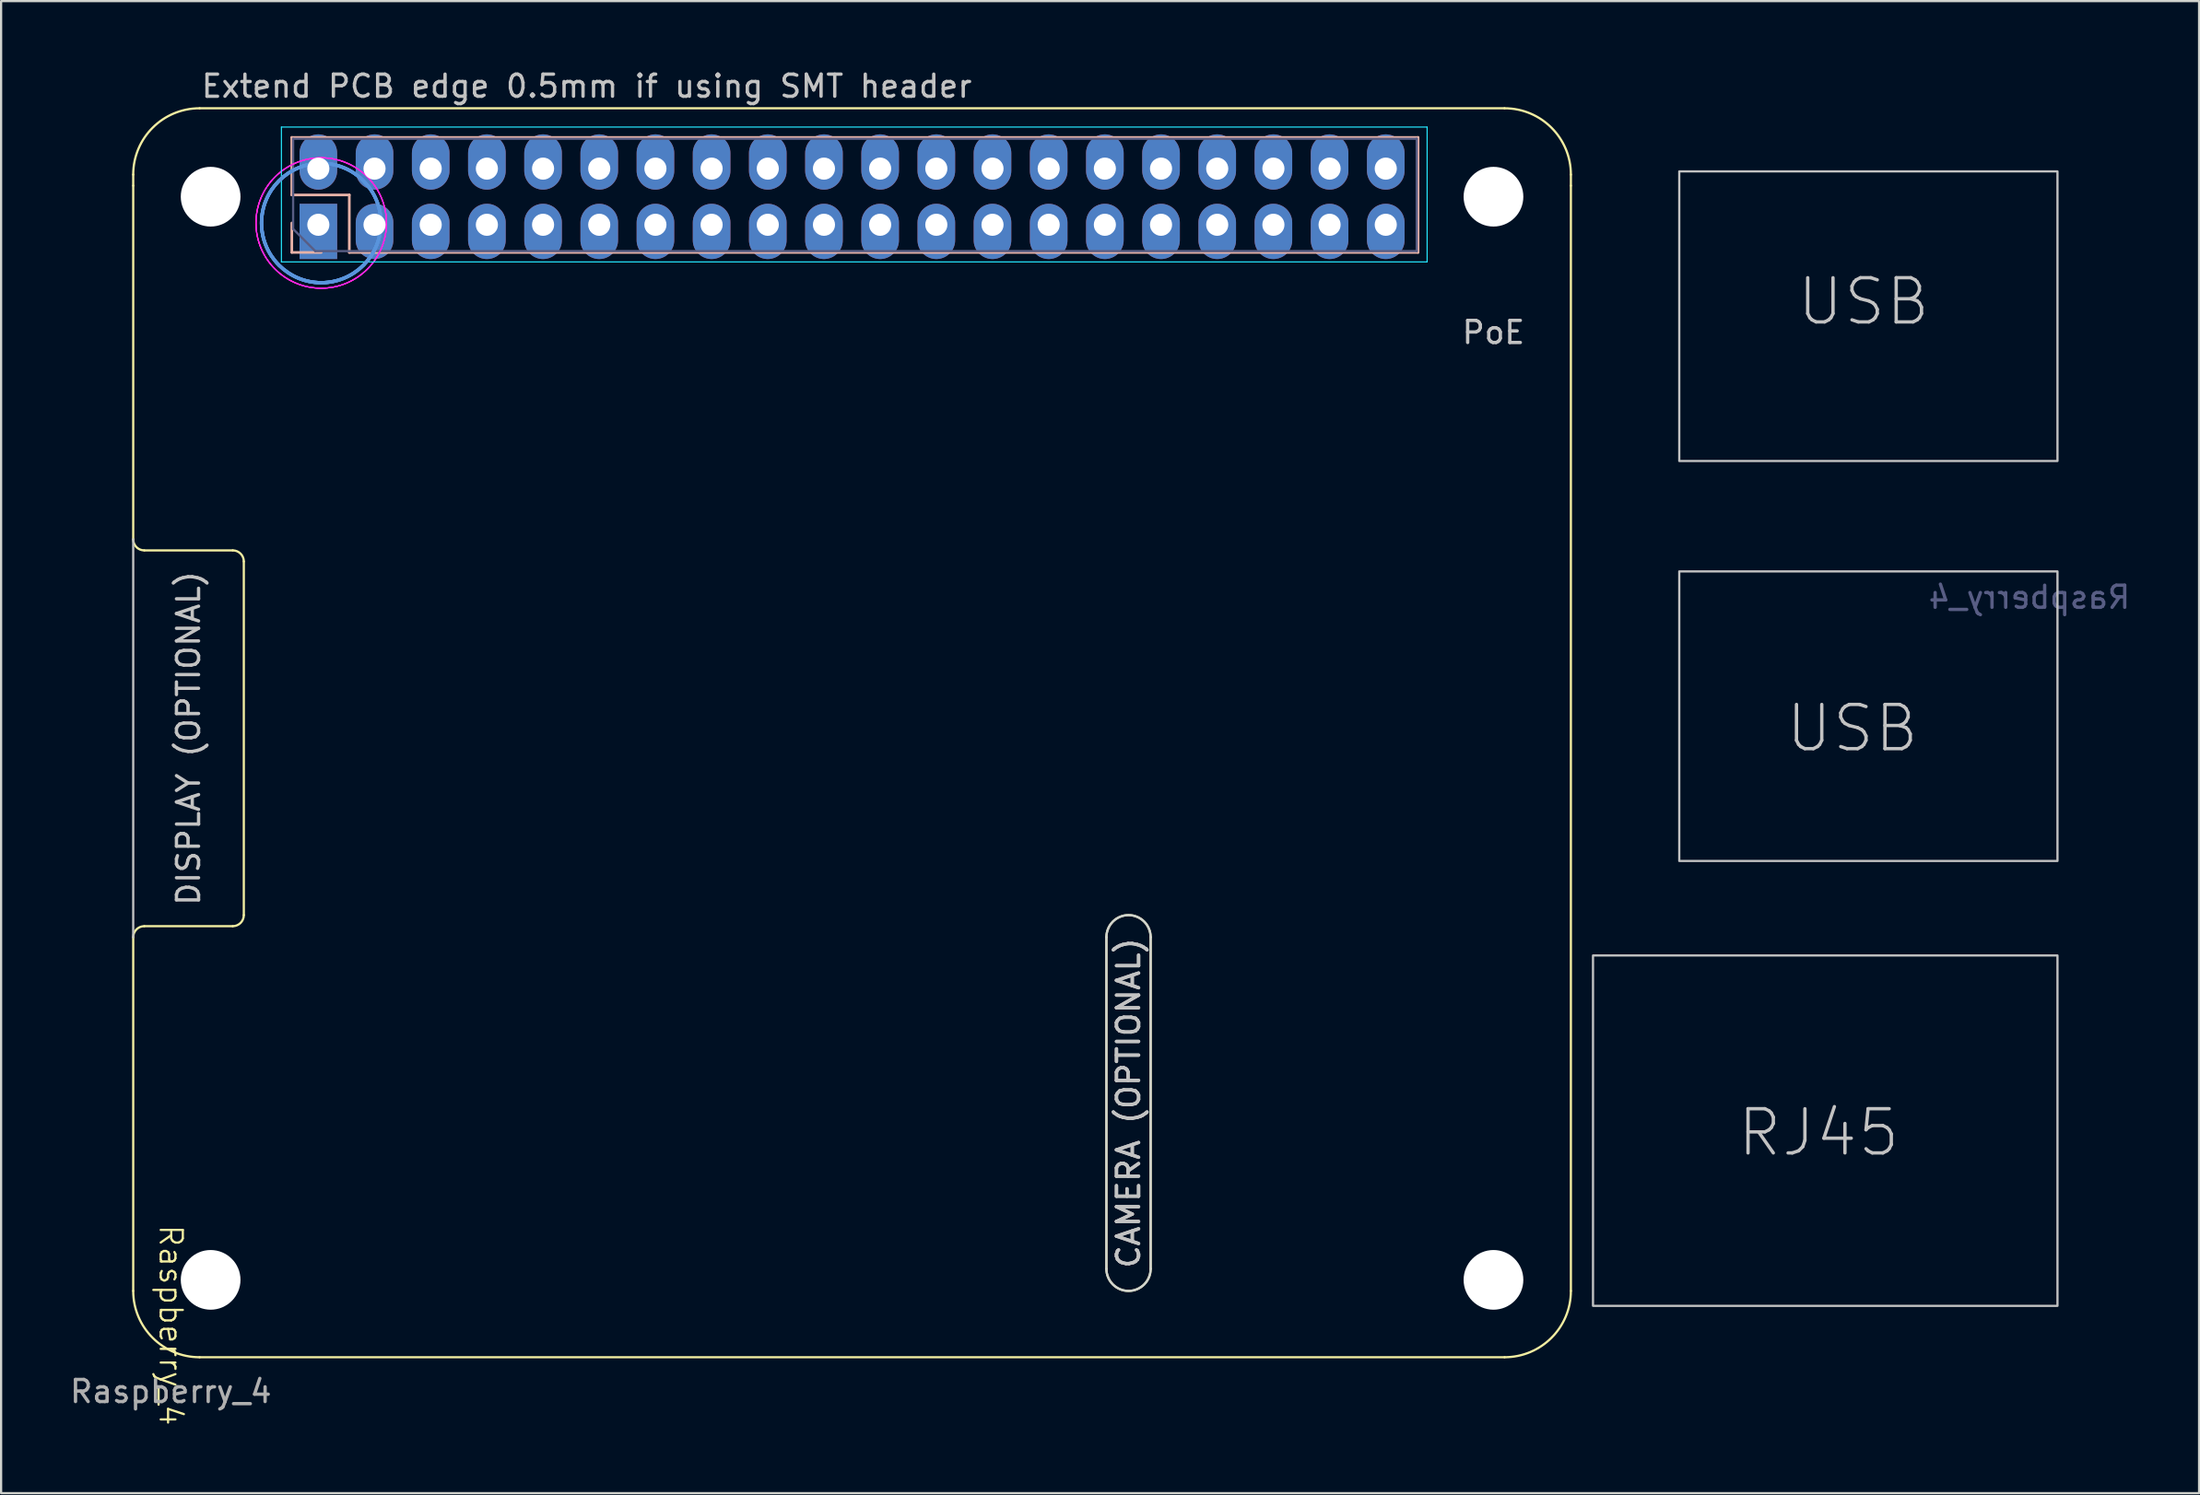
<source format=kicad_pcb>
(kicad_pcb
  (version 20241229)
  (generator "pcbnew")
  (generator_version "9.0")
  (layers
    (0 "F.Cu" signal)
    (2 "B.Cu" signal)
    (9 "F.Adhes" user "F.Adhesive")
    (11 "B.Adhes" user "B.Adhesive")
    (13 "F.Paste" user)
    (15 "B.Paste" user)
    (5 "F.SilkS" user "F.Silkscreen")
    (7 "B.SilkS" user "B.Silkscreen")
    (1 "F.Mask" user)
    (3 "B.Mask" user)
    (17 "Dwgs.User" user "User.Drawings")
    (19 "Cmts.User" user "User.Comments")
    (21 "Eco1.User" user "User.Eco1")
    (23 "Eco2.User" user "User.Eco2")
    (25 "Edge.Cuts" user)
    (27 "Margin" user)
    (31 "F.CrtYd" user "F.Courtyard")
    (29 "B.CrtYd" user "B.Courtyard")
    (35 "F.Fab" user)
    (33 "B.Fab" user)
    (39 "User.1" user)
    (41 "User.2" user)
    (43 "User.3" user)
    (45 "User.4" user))
  (footprint "Raspberry_4"
    (layer "F.Cu")
    (at 4.673 57.398)
    (property "Reference" "Raspberry_4" (at 0 -0.5 270) (unlocked yes) (layer "F.SilkS") (effects (font (size 1 1) (thickness 0.1))))
    (attr through_hole)
    (fp_line (start -1.7 -52.05) (end -1.7 -52.55) (stroke (width 0.1) (type solid)) (layer "F.SilkS"))
    (fp_line (start -1.7 -52.05) (end -1.7 -36.05) (stroke (width 0.1) (type solid)) (layer "F.SilkS"))
    (fp_line (start -1.7 -18.05) (end -1.7 -2.05) (stroke (width 0.1) (type solid)) (layer "F.SilkS"))
    (fp_line (start -1.2 -35.55) (end 2.8 -35.55) (stroke (width 0.1) (type solid)) (layer "F.SilkS"))
    (fp_line (start 1.3 0.95) (end 60.3 0.95) (stroke (width 0.1) (type solid)) (layer "F.SilkS"))
    (fp_line (start 2.8 -18.55) (end -1.2 -18.55) (stroke (width 0.1) (type solid)) (layer "F.SilkS"))
    (fp_line (start 3.3 -35.05) (end 3.3 -19.05) (stroke (width 0.1) (type solid)) (layer "F.SilkS"))
    (fp_line (start 42.3 -3.05) (end 42.3 -18.05) (stroke (width 0.1) (type solid)) (layer "F.SilkS"))
    (fp_line (start 44.3 -18.05) (end 44.3 -3.05) (stroke (width 0.1) (type solid)) (layer "F.SilkS"))
    (fp_line (start 60.3 -55.55) (end 1.3 -55.55) (stroke (width 0.1) (type solid)) (layer "F.SilkS"))
    (fp_line (start 63.3 -52.05) (end 63.3 -52.55) (stroke (width 0.1) (type solid)) (layer "F.SilkS"))
    (fp_line (start 63.3 -2.05) (end 63.3 -52.05) (stroke (width 0.1) (type solid)) (layer "F.SilkS"))
    (fp_arc (start -1.7 -52.55) (mid -0.82132 -54.67132) (end 1.3 -55.55) (stroke (width 0.1) (type solid)) (layer "F.SilkS"))
    (fp_arc (start -1.7 -18.05) (mid -1.553862 -18.403245) (end -1.200873 -18.549999) (stroke (width 0.1) (type solid)) (layer "F.SilkS"))
    (fp_arc (start -1.2 -35.55) (mid -1.553553 -35.696447) (end -1.7 -36.05) (stroke (width 0.1) (type solid)) (layer "F.SilkS"))
    (fp_arc (start 1.3 0.95) (mid -0.82132 0.07132) (end -1.7 -2.05) (stroke (width 0.1) (type solid)) (layer "F.SilkS"))
    (fp_arc (start 2.8 -35.55) (mid 3.153553 -35.403553) (end 3.3 -35.05) (stroke (width 0.1) (type solid)) (layer "F.SilkS"))
    (fp_arc (start 3.3 -19.05) (mid 3.153553 -18.696447) (end 2.8 -18.55) (stroke (width 0.1) (type solid)) (layer "F.SilkS"))
    (fp_arc (start 42.3 -18.05) (mid 43.3 -19.05) (end 44.3 -18.05) (stroke (width 0.1) (type solid)) (layer "F.SilkS"))
    (fp_arc (start 44.3 -3.05) (mid 43.3 -2.05) (end 42.3 -3.05) (stroke (width 0.1) (type solid)) (layer "F.SilkS"))
    (fp_arc (start 60.3 -55.55) (mid 62.42132 -54.67132) (end 63.3 -52.55) (stroke (width 0.1) (type solid)) (layer "F.SilkS"))
    (fp_arc (start 63.3 -2.05) (mid 62.42132 0.07132) (end 60.3 0.95) (stroke (width 0.1) (type solid)) (layer "F.SilkS"))
    (fp_line (start 5.47 -54.23) (end 5.47 -51.63) (stroke (width 0.12) (type solid)) (layer "B.SilkS"))
    (fp_line (start 5.47 -54.23) (end 56.39 -54.23) (stroke (width 0.12) (type solid)) (layer "B.SilkS"))
    (fp_line (start 5.47 -51.63) (end 8.07 -51.63) (stroke (width 0.12) (type solid)) (layer "B.SilkS"))
    (fp_line (start 5.47 -50.36) (end 5.47 -49.03) (stroke (width 0.12) (type solid)) (layer "B.SilkS"))
    (fp_line (start 5.47 -49.03) (end 6.8 -49.03) (stroke (width 0.12) (type solid)) (layer "B.SilkS"))
    (fp_line (start 8.07 -51.63) (end 8.07 -49.03) (stroke (width 0.12) (type solid)) (layer "B.SilkS"))
    (fp_line (start 8.07 -49.03) (end 56.39 -49.03) (stroke (width 0.12) (type solid)) (layer "B.SilkS"))
    (fp_line (start 56.39 -54.23) (end 56.39 -49.03) (stroke (width 0.12) (type solid)) (layer "B.SilkS"))
    (fp_line (start -1.7 -36.05) (end -1.7 -18.05) (stroke (width 0.1) (type solid)) (layer "Dwgs.User"))
    (fp_rect (start 64.3 -17.225) (end 85.3 -1.375) (stroke (width 0.1) (type solid)) (fill no) (layer "Dwgs.User"))
    (fp_rect (start 68.2 -52.694) (end 85.3 -39.594) (stroke (width 0.1) (type solid)) (fill no) (layer "Dwgs.User"))
    (fp_rect (start 68.2 -34.6) (end 85.3 -21.5) (stroke (width 0.1) (type solid)) (fill no) (layer "Dwgs.User"))
    (fp_circle (center 6.8 -50.36) (end 6.8 -47.66) (stroke (width 0.15) (type solid)) (fill no) (layer "Cmts.User"))
    (fp_circle (center 6.8 -50.36) (end 6.8 -47.66) (stroke (width 0.15) (type solid)) (fill no) (layer "Cmts.User"))
    (fp_circle (center 6.8 -50.36) (end 6.8 -47.66) (stroke (width 0.15) (type solid)) (fill no) (layer "Cmts.User"))
    (fp_circle (center 6.8 -50.36) (end 6.8 -47.66) (stroke (width 0.15) (type solid)) (fill no) (layer "Cmts.User"))
    (fp_line (start 42.3 -3.05) (end 42.3 -18.05) (stroke (width 0.1) (type solid)) (layer "Edge.Cuts"))
    (fp_line (start 44.3 -18.05) (end 44.3 -3.05) (stroke (width 0.1) (type solid)) (layer "Edge.Cuts"))
    (fp_arc (start 42.3 -18.05) (mid 43.3 -19.05) (end 44.3 -18.05) (stroke (width 0.1) (type solid)) (layer "Edge.Cuts"))
    (fp_arc (start 44.3 -3.05) (mid 43.3 -2.05) (end 42.3 -3.05) (stroke (width 0.1) (type solid)) (layer "Edge.Cuts"))
    (fp_line (start 5 -54.7) (end 5 -48.6) (stroke (width 0.05) (type solid)) (layer "B.CrtYd"))
    (fp_line (start 5 -48.6) (end 56.8 -48.6) (stroke (width 0.05) (type solid)) (layer "B.CrtYd"))
    (fp_line (start 56.8 -54.7) (end 5 -54.7) (stroke (width 0.05) (type solid)) (layer "B.CrtYd"))
    (fp_line (start 56.8 -48.6) (end 56.8 -54.7) (stroke (width 0.05) (type solid)) (layer "B.CrtYd"))
    (fp_circle (center 6.8 -50.36) (end 6.8 -47.41) (stroke (width 0.05) (type solid)) (fill no) (layer "F.CrtYd"))
    (fp_circle (center 6.8 -50.36) (end 6.8 -47.41) (stroke (width 0.05) (type solid)) (fill no) (layer "F.CrtYd"))
    (fp_circle (center 6.8 -50.36) (end 6.8 -47.41) (stroke (width 0.05) (type solid)) (fill no) (layer "F.CrtYd"))
    (fp_circle (center 6.8 -50.36) (end 6.8 -47.41) (stroke (width 0.05) (type solid)) (fill no) (layer "F.CrtYd"))
    (fp_line (start 5.53 -54.17) (end 5.53 -50.09) (stroke (width 0.1) (type solid)) (layer "B.Fab"))
    (fp_line (start 5.53 -50.09) (end 6.53 -49.09) (stroke (width 0.1) (type solid)) (layer "B.Fab"))
    (fp_line (start 6.53 -49.09) (end 56.33 -49.09) (stroke (width 0.1) (type solid)) (layer "B.Fab"))
    (fp_line (start 56.33 -54.17) (end 5.53 -54.17) (stroke (width 0.1) (type solid)) (layer "B.Fab"))
    (fp_line (start 56.33 -49.09) (end 56.33 -54.17) (stroke (width 0.1) (type solid)) (layer "B.Fab"))
    (fp_text user "Extend PCB edge 0.5mm if using SMT header" (at 1.3 -56.55 0) (unlocked yes) (layer "Dwgs.User") (effects (font (size 1 1) (thickness 0.15)) (justify left)))
    (fp_text user "DISPLAY (OPTIONAL)" (at 0.8 -27.05 90) (unlocked yes) (layer "Dwgs.User") (effects (font (size 1 1) (thickness 0.15))))
    (fp_text user "RJ45" (at 74.5 -9.21 0) (unlocked yes) (layer "Dwgs.User") (effects (font (size 2 2) (thickness 0.15))))
    (fp_text user "CAMERA (OPTIONAL)" (at 43.3 -10.55 90) (unlocked yes) (layer "Dwgs.User") (effects (font (size 1 1) (thickness 0.15))))
    (fp_text user "USB" (at 76.532 -46.802 0) (unlocked yes) (layer "Dwgs.User") (effects (font (size 2 2) (thickness 0.15))))
    (fp_text user "PoE" (at 59.8 -45.41 0) (unlocked yes) (layer "Dwgs.User") (effects (font (size 1 1) (thickness 0.15))))
    (fp_text user "CAMERA (OPTIONAL)" (at 43.3 -10.55 90) (unlocked yes) (layer "Dwgs.User") (effects (font (size 1 1) (thickness 0.15))))
    (fp_text user "USB" (at 76.024 -27.498 0) (unlocked yes) (layer "Dwgs.User") (effects (font (size 2 2) (thickness 0.15))))
    (fp_text user "${REFERENCE}" (at 84.03 -33.43 0) (layer "B.Fab") (effects (font (size 1 1) (thickness 0.15)) (justify mirror)))
    (fp_text user "${REFERENCE}" (at 0 2.5 0) (unlocked yes) (layer "F.Fab") (effects (font (size 1 1) (thickness 0.15))))
    (pad "" np_thru_hole circle (at 1.8 -51.55) (size 2.7 2.7) (drill 2.7) (layers "*.Cu" "*.Mask"))
    (pad "" np_thru_hole circle (at 1.8 -2.55) (size 2.7 2.7) (drill 2.7) (layers "*.Cu" "*.Mask"))
    (pad "" np_thru_hole circle (at 59.8 -51.55) (size 2.7 2.7) (drill 2.7) (layers "*.Cu" "*.Mask"))
    (pad "" np_thru_hole circle (at 59.8 -2.55) (size 2.7 2.7) (drill 2.7) (layers "*.Cu" "*.Mask"))
    (pad "1" thru_hole rect (at 6.67 -50.28 270) (size 2.5 1.7) (drill 1 (offset 0.3 0)) (layers "*.Cu" "*.Mask"))
    (pad "2" thru_hole oval (at 6.67 -52.82 270) (size 2.5 1.7) (drill 1 (offset -0.3 0)) (layers "*.Cu" "*.Mask"))
    (pad "3" thru_hole oval (at 9.21 -50.28 270) (size 2.5 1.7) (drill 1 (offset 0.3 0)) (layers "*.Cu" "*.Mask"))
    (pad "4" thru_hole oval (at 9.21 -52.82 270) (size 2.5 1.7) (drill 1 (offset -0.3 0)) (layers "*.Cu" "*.Mask"))
    (pad "5" thru_hole oval (at 11.75 -50.28 270) (size 2.5 1.7) (drill 1 (offset 0.3 0)) (layers "*.Cu" "*.Mask"))
    (pad "6" thru_hole oval (at 11.75 -52.82 270) (size 2.5 1.7) (drill 1 (offset -0.3 0)) (layers "*.Cu" "*.Mask"))
    (pad "7" thru_hole oval (at 14.29 -50.28 270) (size 2.5 1.7) (drill 1 (offset 0.3 0)) (layers "*.Cu" "*.Mask"))
    (pad "8" thru_hole oval (at 14.29 -52.82 270) (size 2.5 1.7) (drill 1 (offset -0.3 0)) (layers "*.Cu" "*.Mask"))
    (pad "9" thru_hole oval (at 16.83 -50.28 270) (size 2.5 1.7) (drill 1 (offset 0.3 0)) (layers "*.Cu" "*.Mask"))
    (pad "10" thru_hole oval (at 16.83 -52.82 270) (size 2.5 1.7) (drill 1 (offset -0.3 0)) (layers "*.Cu" "*.Mask"))
    (pad "11" thru_hole oval (at 19.37 -50.28 270) (size 2.5 1.7) (drill 1 (offset 0.3 0)) (layers "*.Cu" "*.Mask"))
    (pad "12" thru_hole oval (at 19.37 -52.82 270) (size 2.5 1.7) (drill 1 (offset -0.3 0)) (layers "*.Cu" "*.Mask"))
    (pad "13" thru_hole oval (at 21.91 -50.28 270) (size 2.5 1.7) (drill 1 (offset 0.3 0)) (layers "*.Cu" "*.Mask"))
    (pad "14" thru_hole oval (at 21.91 -52.82 270) (size 2.5 1.7) (drill 1 (offset -0.3 0)) (layers "*.Cu" "*.Mask"))
    (pad "15" thru_hole oval (at 24.45 -50.28 270) (size 2.5 1.7) (drill 1 (offset 0.3 0)) (layers "*.Cu" "*.Mask"))
    (pad "16" thru_hole oval (at 24.45 -52.82 270) (size 2.5 1.7) (drill 1 (offset -0.3 0)) (layers "*.Cu" "*.Mask"))
    (pad "17" thru_hole oval (at 26.99 -50.28 270) (size 2.5 1.7) (drill 1 (offset 0.3 0)) (layers "*.Cu" "*.Mask"))
    (pad "18" thru_hole oval (at 26.99 -52.82 270) (size 2.5 1.7) (drill 1 (offset -0.3 0)) (layers "*.Cu" "*.Mask"))
    (pad "19" thru_hole oval (at 29.53 -50.28 270) (size 2.5 1.7) (drill 1 (offset 0.3 0)) (layers "*.Cu" "*.Mask"))
    (pad "20" thru_hole oval (at 29.53 -52.82 270) (size 2.5 1.7) (drill 1 (offset -0.3 0)) (layers "*.Cu" "*.Mask"))
    (pad "21" thru_hole oval (at 32.07 -50.28 270) (size 2.5 1.7) (drill 1 (offset 0.3 0)) (layers "*.Cu" "*.Mask"))
    (pad "22" thru_hole oval (at 32.07 -52.82 270) (size 2.5 1.7) (drill 1 (offset -0.3 0)) (layers "*.Cu" "*.Mask"))
    (pad "23" thru_hole oval (at 34.61 -50.28 270) (size 2.5 1.7) (drill 1 (offset 0.3 0)) (layers "*.Cu" "*.Mask"))
    (pad "24" thru_hole oval (at 34.61 -52.82 270) (size 2.5 1.7) (drill 1 (offset -0.3 0)) (layers "*.Cu" "*.Mask"))
    (pad "25" thru_hole oval (at 37.15 -50.28 270) (size 2.5 1.7) (drill 1 (offset 0.3 0)) (layers "*.Cu" "*.Mask"))
    (pad "26" thru_hole oval (at 37.15 -52.82 270) (size 2.5 1.7) (drill 1 (offset -0.3 0)) (layers "*.Cu" "*.Mask"))
    (pad "27" thru_hole oval (at 39.69 -50.28 270) (size 2.5 1.7) (drill 1 (offset 0.3 0)) (layers "*.Cu" "*.Mask"))
    (pad "28" thru_hole oval (at 39.69 -52.82 270) (size 2.5 1.7) (drill 1 (offset -0.3 0)) (layers "*.Cu" "*.Mask"))
    (pad "29" thru_hole oval (at 42.23 -50.28 270) (size 2.5 1.7) (drill 1 (offset 0.3 0)) (layers "*.Cu" "*.Mask"))
    (pad "30" thru_hole oval (at 42.23 -52.82 270) (size 2.5 1.7) (drill 1 (offset -0.3 0)) (layers "*.Cu" "*.Mask"))
    (pad "31" thru_hole oval (at 44.77 -50.28 270) (size 2.5 1.7) (drill 1 (offset 0.3 0)) (layers "*.Cu" "*.Mask"))
    (pad "32" thru_hole oval (at 44.77 -52.82 270) (size 2.5 1.7) (drill 1 (offset -0.3 0)) (layers "*.Cu" "*.Mask"))
    (pad "33" thru_hole oval (at 47.31 -50.28 270) (size 2.5 1.7) (drill 1 (offset 0.3 0)) (layers "*.Cu" "*.Mask"))
    (pad "34" thru_hole oval (at 47.31 -52.82 270) (size 2.5 1.7) (drill 1 (offset -0.3 0)) (layers "*.Cu" "*.Mask"))
    (pad "35" thru_hole oval (at 49.85 -50.28 270) (size 2.5 1.7) (drill 1 (offset 0.3 0)) (layers "*.Cu" "*.Mask"))
    (pad "36" thru_hole oval (at 49.85 -52.82 270) (size 2.5 1.7) (drill 1 (offset -0.3 0)) (layers "*.Cu" "*.Mask"))
    (pad "37" thru_hole oval (at 52.39 -50.28 270) (size 2.5 1.7) (drill 1 (offset 0.3 0)) (layers "*.Cu" "*.Mask"))
    (pad "38" thru_hole oval (at 52.39 -52.82 270) (size 2.5 1.7) (drill 1 (offset -0.3 0)) (layers "*.Cu" "*.Mask"))
    (pad "39" thru_hole oval (at 54.93 -50.28 270) (size 2.5 1.7) (drill 1 (offset 0.3 0)) (layers "*.Cu" "*.Mask"))
    (pad "40" thru_hole oval (at 54.93 -52.82 270) (size 2.5 1.7) (drill 1 (offset -0.3 0)) (layers "*.Cu" "*.Mask")))
  (gr_rect
    (start -3 -3)
    (end 96.375 64.496)
    (stroke (width 0.1) (type default))
    (fill no)
    (layer "Edge.Cuts")))
</source>
